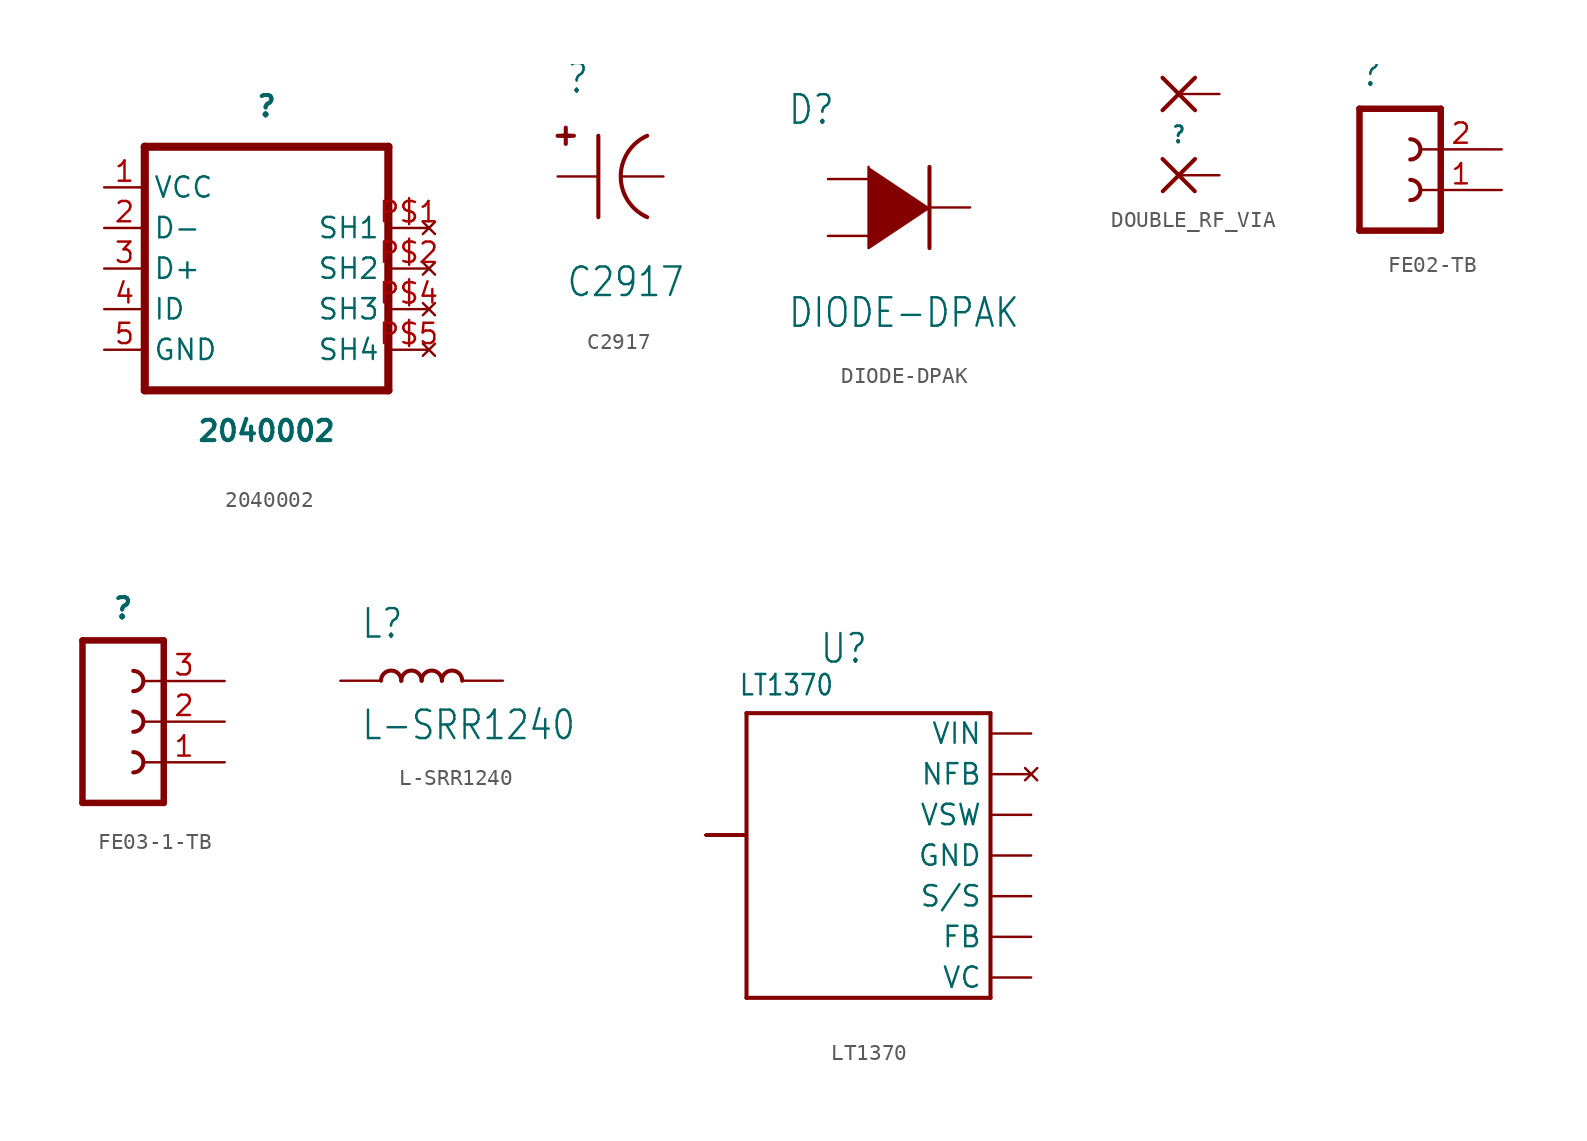
<source format=kicad_sym>
(kicad_symbol_lib
  (version 20211014)
  (generator kicad_symbol_editor)
  (symbol "2040002"
    (property "Reference" ""
      (at 2.54 10.16 0)
      (effects (font (size 1.27 1.27) bold)))
    (property "Value" "2040002"
      (at 2.54 -10.16 0)
      (effects (font (size 1.27 1.27) bold)))
    (property "ki_locked" ""
      (at 0 0 0)
      (effects (font (size 1.27 1.27))))
    (symbol "2040002_1_0"
      (polyline (pts (xy -5.08 -7.62) (xy 10.16 -7.62)) (stroke (width 0.508) (type default) (color 0 0 0 0)) (fill (type none)))
      (polyline (pts (xy -5.08 7.62) (xy -5.08 -7.62)) (stroke (width 0.508) (type default) (color 0 0 0 0)) (fill (type none)))
      (polyline (pts (xy 10.16 -7.62) (xy 10.16 7.62)) (stroke (width 0.508) (type default) (color 0 0 0 0)) (fill (type none)))
      (polyline (pts (xy 10.16 7.62) (xy -5.08 7.62)) (stroke (width 0.508) (type default) (color 0 0 0 0)) (fill (type none)))
      (pin bidirectional line (at -7.62 5.08 0) (length 2.54) (name "VCC" (effects (font (size 1.27 1.27)))) (number "1" (effects (font (size 1.27 1.27)))))
      (pin bidirectional line (at -7.62 2.54 0) (length 2.54) (name "D-" (effects (font (size 1.27 1.27)))) (number "2" (effects (font (size 1.27 1.27)))))
      (pin bidirectional line (at -7.62 0 0) (length 2.54) (name "D+" (effects (font (size 1.27 1.27)))) (number "3" (effects (font (size 1.27 1.27)))))
      (pin bidirectional line (at -7.62 -2.54 0) (length 2.54) (name "ID" (effects (font (size 1.27 1.27)))) (number "4" (effects (font (size 1.27 1.27)))))
      (pin bidirectional line (at -7.62 -5.08 0) (length 2.54) (name "GND" (effects (font (size 1.27 1.27)))) (number "5" (effects (font (size 1.27 1.27)))))
      (pin no_connect line (at 12.7 2.54 180) (length 2.54) (name "SH1" (effects (font (size 1.27 1.27)))) (number "P$1" (effects (font (size 1.27 1.27)))))
      (pin no_connect line (at 12.7 0 180) (length 2.54) (name "SH2" (effects (font (size 1.27 1.27)))) (number "P$2" (effects (font (size 1.27 1.27)))))
      (pin no_connect line (at 12.7 -2.54 180) (length 2.54) (name "SH3" (effects (font (size 1.27 1.27)))) (number "P$4" (effects (font (size 1.27 1.27)))))
      (pin no_connect line (at 12.7 -5.08 180) (length 2.54) (name "SH4" (effects (font (size 1.27 1.27)))) (number "P$5" (effects (font (size 1.27 1.27)))))))
  (symbol "C2917"
    (property "Reference" ""
      (at -2.54 5.08 0)
      (effects (font (size 1.778 1.511)) (justify left bottom)))
    (property "Value" "C2917"
      (at -2.54 -7.62 0)
      (effects (font (size 1.778 1.511)) (justify left bottom)))
    (property "ki_locked" ""
      (at 0 0 0)
      (effects (font (size 1.27 1.27))))
    (symbol "C2917_1_0"
      (polyline (pts (xy -2.794 2.54) (xy -2.032 2.54)) (stroke (width 0.254) (type default) (color 0 0 0 0)) (fill (type none)))
      (polyline (pts (xy -2.54 2.032) (xy -2.54 2.54)) (stroke (width 0.254) (type default) (color 0 0 0 0)) (fill (type none)))
      (polyline (pts (xy -2.54 2.54) (xy -3.048 2.54)) (stroke (width 0.254) (type default) (color 0 0 0 0)) (fill (type none)))
      (polyline (pts (xy -2.54 2.54) (xy -2.54 3.048)) (stroke (width 0.254) (type default) (color 0 0 0 0)) (fill (type none)))
      (polyline (pts (xy -2.54 2.54) (xy -2.286 2.54)) (stroke (width 0.254) (type default) (color 0 0 0 0)) (fill (type none)))
      (polyline (pts (xy -0.508 2.54) (xy -0.508 -2.54)) (stroke (width 0.254) (type default) (color 0 0 0 0)) (fill (type none)))
      (arc (start 2.54 2.54) (mid 0.8893 0) (end 2.54 -2.54) (stroke (width 0.254) (type default) (color 0 0 0 0)) (fill (type none)))
      (pin bidirectional line (at -3.048 0 0) (length 2.54) (name "P$1" (effects (font (size 0 0)))) (number "P$1" (effects (font (size 0 0)))))
      (pin bidirectional line (at 3.556 0 180) (length 2.54) (name "P$2" (effects (font (size 0 0)))) (number "P$2" (effects (font (size 0 0)))))))
  (symbol "DIODE-DPAK"
    (property "Reference" "D"
      (at -5.08 5.08 0)
      (effects (font (size 1.778 1.511)) (justify left bottom)))
    (property "Value" "DIODE-DPAK"
      (at -5.08 -7.62 0)
      (effects (font (size 1.778 1.511)) (justify left bottom)))
    (property "ki_locked" ""
      (at 0 0 0)
      (effects (font (size 1.27 1.27))))
    (symbol "DIODE-DPAK_1_0"
      (polyline (pts (xy 3.81 2.54) (xy 3.81 -2.54)) (stroke (width 0.254) (type default) (color 0 0 0 0)) (fill (type none)))
      (polyline (pts (xy 0 2.54) (xy 0 -2.54) (xy 3.81 0)) (stroke (width 0) (type default) (color 0 0 0 0)) (fill (type outline)))
      (pin bidirectional line (at -2.54 1.778 0) (length 2.54) (name "P$1" (effects (font (size 0 0)))) (number "P$1" (effects (font (size 0 0)))))
      (pin bidirectional line (at -2.54 -1.778 0) (length 2.54) (name "P$3" (effects (font (size 0 0)))) (number "P$3" (effects (font (size 0 0)))))
      (pin bidirectional line (at 6.35 0 180) (length 2.54) (name "P$4" (effects (font (size 0 0)))) (number "P$4" (effects (font (size 0 0)))))))
  (symbol "DOUBLE_RF_VIA"
    (property "Reference" ""
      (at 0 0 0)
      (effects (font (size 1.016 0.864) bold)))
    (property "ki_locked" ""
      (at 0 0 0)
      (effects (font (size 1.27 1.27))))
    (symbol "DOUBLE_RF_VIA_1_0"
      (polyline (pts (xy -1.016 -1.524) (xy 1 -3.54)) (stroke (width 0.254) (type default) (color 0 0 0 0)) (fill (type none)))
      (polyline (pts (xy -1.016 1.524) (xy 1.016 3.556)) (stroke (width 0.254) (type default) (color 0 0 0 0)) (fill (type none)))
      (polyline (pts (xy -1.016 3.556) (xy 1.016 1.524)) (stroke (width 0.254) (type default) (color 0 0 0 0)) (fill (type none)))
      (polyline (pts (xy -1 -3.54) (xy 1.016 -1.524)) (stroke (width 0.254) (type default) (color 0 0 0 0)) (fill (type none)))
      (pin passive line (at 2.54 -2.54 180) (length 2.54) (name "P" (effects (font (size 0 0)))) (number "1" (effects (font (size 0 0)))))
      (pin passive line (at 2.54 2.54 180) (length 2.54) (name "P1" (effects (font (size 0 0)))) (number "2" (effects (font (size 0 0)))))))
  (symbol "FE02-TB"
    (property "Reference" ""
      (at -1.27 3.81 0)
      (effects (font (size 1.778 1.511)) (justify left bottom)))
    (property "ki_locked" ""
      (at 0 0 0)
      (effects (font (size 1.27 1.27))))
    (symbol "FE02-TB_1_0"
      (polyline (pts (xy -1.27 2.54) (xy -1.27 -5.08)) (stroke (width 0.406) (type default) (color 0 0 0 0)) (fill (type none)))
      (polyline (pts (xy -1.27 2.54) (xy 3.81 2.54)) (stroke (width 0.406) (type default) (color 0 0 0 0)) (fill (type none)))
      (polyline (pts (xy 3.81 -5.08) (xy -1.27 -5.08)) (stroke (width 0.406) (type default) (color 0 0 0 0)) (fill (type none)))
      (polyline (pts (xy 3.81 -5.08) (xy 3.81 2.54)) (stroke (width 0.406) (type default) (color 0 0 0 0)) (fill (type none)))
      (arc (start 1.905 -3.175) (mid 2.54 -2.54) (end 1.905 -1.905) (stroke (width 0.254) (type default) (color 0 0 0 0)) (fill (type none)))
      (arc (start 1.905 -0.635) (mid 2.54 0) (end 1.905 0.635) (stroke (width 0.254) (type default) (color 0 0 0 0)) (fill (type none)))
      (pin passive line (at 7.62 -2.54 180) (length 5.08) (name "1" (effects (font (size 0 0)))) (number "1" (effects (font (size 1.27 1.27)))))
      (pin passive line (at 7.62 0 180) (length 5.08) (name "2" (effects (font (size 0 0)))) (number "2" (effects (font (size 1.27 1.27)))))))
  (symbol "FE03-1-TB"
    (property "Reference" ""
      (at -1.27 6.35 0)
      (effects (font (size 1.27 1.27) bold) (justify bottom)))
    (property "ki_locked" ""
      (at 0 0 0)
      (effects (font (size 1.27 1.27))))
    (symbol "FE03-1-TB_1_0"
      (arc (start -0.635 -3.175) (mid 0 -2.54) (end -0.635 -1.905) (stroke (width 0.254) (type default) (color 0 0 0 0)) (fill (type none)))
      (arc (start -0.635 -0.635) (mid 0 0) (end -0.635 0.635) (stroke (width 0.254) (type default) (color 0 0 0 0)) (fill (type none)))
      (arc (start -0.635 1.905) (mid 0 2.54) (end -0.635 3.175) (stroke (width 0.254) (type default) (color 0 0 0 0)) (fill (type none)))
      (polyline (pts (xy -3.81 5.08) (xy -3.81 -5.08)) (stroke (width 0.406) (type default) (color 0 0 0 0)) (fill (type none)))
      (polyline (pts (xy -3.81 5.08) (xy 1.27 5.08)) (stroke (width 0.406) (type default) (color 0 0 0 0)) (fill (type none)))
      (polyline (pts (xy 1.27 -5.08) (xy -3.81 -5.08)) (stroke (width 0.406) (type default) (color 0 0 0 0)) (fill (type none)))
      (polyline (pts (xy 1.27 -5.08) (xy 1.27 5.08)) (stroke (width 0.406) (type default) (color 0 0 0 0)) (fill (type none)))
      (pin passive line (at 5.08 -2.54 180) (length 5.08) (name "1" (effects (font (size 0 0)))) (number "1" (effects (font (size 1.27 1.27)))))
      (pin passive line (at 5.08 0 180) (length 5.08) (name "2" (effects (font (size 0 0)))) (number "2" (effects (font (size 1.27 1.27)))))
      (pin passive line (at 5.08 2.54 180) (length 5.08) (name "3" (effects (font (size 0 0)))) (number "3" (effects (font (size 1.27 1.27)))))))
  (symbol "L-SRR1240"
    (property "Reference" "L"
      (at -3.81 2.54 0)
      (effects (font (size 1.778 1.511)) (justify left bottom)))
    (property "Value" "L-SRR1240"
      (at -3.81 -3.81 0)
      (effects (font (size 1.778 1.511)) (justify left bottom)))
    (property "ki_locked" ""
      (at 0 0 0)
      (effects (font (size 1.27 1.27))))
    (symbol "L-SRR1240_1_0"
      (arc (start -1.27 0) (mid -1.905 0.635) (end -2.54 0) (stroke (width 0.254) (type default) (color 0 0 0 0)) (fill (type none)))
      (arc (start 0 0) (mid -0.635 0.635) (end -1.27 0) (stroke (width 0.254) (type default) (color 0 0 0 0)) (fill (type none)))
      (arc (start 1.27 0) (mid 0.635 0.635) (end 0 0) (stroke (width 0.254) (type default) (color 0 0 0 0)) (fill (type none)))
      (arc (start 2.54 0) (mid 1.905 0.635) (end 1.27 0) (stroke (width 0.254) (type default) (color 0 0 0 0)) (fill (type none)))
      (pin bidirectional line (at -5.08 0 0) (length 2.54) (name "P$1" (effects (font (size 0 0)))) (number "1" (effects (font (size 0 0)))))
      (pin bidirectional line (at 5.08 0 180) (length 2.54) (name "P$2" (effects (font (size 0 0)))) (number "2" (effects (font (size 0 0)))))))
  (symbol "LT1370"
    (property "Reference" "U"
      (at 0 12.7 0)
      (effects (font (size 1.778 1.511)) (justify right top)))
    (property "Value" "LT1370"
      (at -8.128 8.636 0)
      (effects (font (size 1.27 1.079)) (justify left bottom)))
    (property "ki_locked" ""
      (at 0 0 0)
      (effects (font (size 1.27 1.27))))
    (symbol "LT1370_1_0"
      (polyline (pts (xy -7.62 -10.16) (xy 7.62 -10.16)) (stroke (width 0.254) (type default) (color 0 0 0 0)) (fill (type none)))
      (polyline (pts (xy -7.62 7.62) (xy -7.62 -10.16)) (stroke (width 0.254) (type default) (color 0 0 0 0)) (fill (type none)))
      (polyline (pts (xy 7.62 -10.16) (xy 7.62 7.62)) (stroke (width 0.254) (type default) (color 0 0 0 0)) (fill (type none)))
      (polyline (pts (xy 7.62 7.62) (xy -7.62 7.62)) (stroke (width 0.254) (type default) (color 0 0 0 0)) (fill (type none)))
      (pin bidirectional line (at 10.16 -8.89 180) (length 2.54) (name "VC" (effects (font (size 1.27 1.27)))) (number "P$1" (effects (font (size 0 0)))))
      (pin power_in line (at -10.16 0 0) (length 2.54) (name "GNDT" (effects (font (size 0 0)))) (number "P$10" (effects (font (size 0 0)))))
      (pin power_in line (at -10.16 0 0) (length 2.54) (name "GNDT" (effects (font (size 0 0)))) (number "P$11" (effects (font (size 0 0)))))
      (pin power_in line (at -10.16 0 0) (length 2.54) (name "GNDT" (effects (font (size 0 0)))) (number "P$12" (effects (font (size 0 0)))))
      (pin power_in line (at -10.16 0 0) (length 2.54) (name "GNDT" (effects (font (size 0 0)))) (number "P$13" (effects (font (size 0 0)))))
      (pin power_in line (at -10.16 0 0) (length 2.54) (name "GNDT" (effects (font (size 0 0)))) (number "P$14" (effects (font (size 0 0)))))
      (pin power_in line (at -10.16 0 0) (length 2.54) (name "GNDT" (effects (font (size 0 0)))) (number "P$15" (effects (font (size 0 0)))))
      (pin power_in line (at -10.16 0 0) (length 2.54) (name "GNDT" (effects (font (size 0 0)))) (number "P$16" (effects (font (size 0 0)))))
      (pin power_in line (at -10.16 0 0) (length 2.54) (name "GNDT" (effects (font (size 0 0)))) (number "P$17" (effects (font (size 0 0)))))
      (pin power_in line (at -10.16 0 0) (length 2.54) (name "GNDT" (effects (font (size 0 0)))) (number "P$18" (effects (font (size 0 0)))))
      (pin power_in line (at -10.16 0 0) (length 2.54) (name "GNDT" (effects (font (size 0 0)))) (number "P$19" (effects (font (size 0 0)))))
      (pin bidirectional line (at 10.16 -6.35 180) (length 2.54) (name "FB" (effects (font (size 1.27 1.27)))) (number "P$2" (effects (font (size 0 0)))))
      (pin power_in line (at -10.16 0 0) (length 2.54) (name "GNDT" (effects (font (size 0 0)))) (number "P$20" (effects (font (size 0 0)))))
      (pin power_in line (at -10.16 0 0) (length 2.54) (name "GNDT" (effects (font (size 0 0)))) (number "P$21" (effects (font (size 0 0)))))
      (pin power_in line (at -10.16 0 0) (length 2.54) (name "GNDT" (effects (font (size 0 0)))) (number "P$22" (effects (font (size 0 0)))))
      (pin power_in line (at -10.16 0 0) (length 2.54) (name "GNDT" (effects (font (size 0 0)))) (number "P$23" (effects (font (size 0 0)))))
      (pin power_in line (at -10.16 0 0) (length 2.54) (name "GNDT" (effects (font (size 0 0)))) (number "P$24" (effects (font (size 0 0)))))
      (pin power_in line (at -10.16 0 0) (length 2.54) (name "GNDT" (effects (font (size 0 0)))) (number "P$25" (effects (font (size 0 0)))))
      (pin power_in line (at -10.16 0 0) (length 2.54) (name "GNDT" (effects (font (size 0 0)))) (number "P$26" (effects (font (size 0 0)))))
      (pin power_in line (at -10.16 0 0) (length 2.54) (name "GNDT" (effects (font (size 0 0)))) (number "P$27" (effects (font (size 0 0)))))
      (pin power_in line (at -10.16 0 0) (length 2.54) (name "GNDT" (effects (font (size 0 0)))) (number "P$28" (effects (font (size 0 0)))))
      (pin power_in line (at -10.16 0 0) (length 2.54) (name "GNDT" (effects (font (size 0 0)))) (number "P$29" (effects (font (size 0 0)))))
      (pin bidirectional line (at 10.16 -3.81 180) (length 2.54) (name "S/S" (effects (font (size 1.27 1.27)))) (number "P$3" (effects (font (size 0 0)))))
      (pin power_in line (at -10.16 0 0) (length 2.54) (name "GNDT" (effects (font (size 0 0)))) (number "P$30" (effects (font (size 0 0)))))
      (pin power_in line (at -10.16 0 0) (length 2.54) (name "GNDT" (effects (font (size 0 0)))) (number "P$31" (effects (font (size 0 0)))))
      (pin power_in line (at -10.16 0 0) (length 2.54) (name "GNDT" (effects (font (size 0 0)))) (number "P$32" (effects (font (size 0 0)))))
      (pin power_in line (at -10.16 0 0) (length 2.54) (name "GNDT" (effects (font (size 0 0)))) (number "P$33" (effects (font (size 0 0)))))
      (pin power_in line (at -10.16 0 0) (length 2.54) (name "GNDT" (effects (font (size 0 0)))) (number "P$34" (effects (font (size 0 0)))))
      (pin power_in line (at -10.16 0 0) (length 2.54) (name "GNDT" (effects (font (size 0 0)))) (number "P$35" (effects (font (size 0 0)))))
      (pin power_in line (at -10.16 0 0) (length 2.54) (name "GNDT" (effects (font (size 0 0)))) (number "P$36" (effects (font (size 0 0)))))
      (pin power_in line (at -10.16 0 0) (length 2.54) (name "GNDT" (effects (font (size 0 0)))) (number "P$37" (effects (font (size 0 0)))))
      (pin power_in line (at -10.16 0 0) (length 2.54) (name "GNDT" (effects (font (size 0 0)))) (number "P$38" (effects (font (size 0 0)))))
      (pin power_in line (at -10.16 0 0) (length 2.54) (name "GNDT" (effects (font (size 0 0)))) (number "P$39" (effects (font (size 0 0)))))
      (pin power_in line (at 10.16 -1.27 180) (length 2.54) (name "GND" (effects (font (size 1.27 1.27)))) (number "P$4" (effects (font (size 0 0)))))
      (pin power_in line (at -10.16 0 0) (length 2.54) (name "GNDT" (effects (font (size 0 0)))) (number "P$40" (effects (font (size 0 0)))))
      (pin power_in line (at -10.16 0 0) (length 2.54) (name "GNDT" (effects (font (size 0 0)))) (number "P$41" (effects (font (size 0 0)))))
      (pin power_in line (at -10.16 0 0) (length 2.54) (name "GNDT" (effects (font (size 0 0)))) (number "P$42" (effects (font (size 0 0)))))
      (pin power_in line (at -10.16 0 0) (length 2.54) (name "GNDT" (effects (font (size 0 0)))) (number "P$43" (effects (font (size 0 0)))))
      (pin power_in line (at -10.16 0 0) (length 2.54) (name "GNDT" (effects (font (size 0 0)))) (number "P$44" (effects (font (size 0 0)))))
      (pin power_in line (at -10.16 0 0) (length 2.54) (name "GNDT" (effects (font (size 0 0)))) (number "P$45" (effects (font (size 0 0)))))
      (pin power_in line (at -10.16 0 0) (length 2.54) (name "GNDT" (effects (font (size 0 0)))) (number "P$46" (effects (font (size 0 0)))))
      (pin power_in line (at -10.16 0 0) (length 2.54) (name "GNDT" (effects (font (size 0 0)))) (number "P$47" (effects (font (size 0 0)))))
      (pin power_in line (at -10.16 0 0) (length 2.54) (name "GNDT" (effects (font (size 0 0)))) (number "P$48" (effects (font (size 0 0)))))
      (pin power_in line (at -10.16 0 0) (length 2.54) (name "GNDT" (effects (font (size 0 0)))) (number "P$49" (effects (font (size 0 0)))))
      (pin bidirectional line (at 10.16 1.27 180) (length 2.54) (name "VSW" (effects (font (size 1.27 1.27)))) (number "P$5" (effects (font (size 0 0)))))
      (pin power_in line (at -10.16 0 0) (length 2.54) (name "GNDT" (effects (font (size 0 0)))) (number "P$50" (effects (font (size 0 0)))))
      (pin power_in line (at -10.16 0 0) (length 2.54) (name "GNDT" (effects (font (size 0 0)))) (number "P$51" (effects (font (size 0 0)))))
      (pin power_in line (at -10.16 0 0) (length 2.54) (name "GNDT" (effects (font (size 0 0)))) (number "P$52" (effects (font (size 0 0)))))
      (pin power_in line (at -10.16 0 0) (length 2.54) (name "GNDT" (effects (font (size 0 0)))) (number "P$53" (effects (font (size 0 0)))))
      (pin power_in line (at -10.16 0 0) (length 2.54) (name "GNDT" (effects (font (size 0 0)))) (number "P$54" (effects (font (size 0 0)))))
      (pin power_in line (at -10.16 0 0) (length 2.54) (name "GNDT" (effects (font (size 0 0)))) (number "P$55" (effects (font (size 0 0)))))
      (pin power_in line (at -10.16 0 0) (length 2.54) (name "GNDT" (effects (font (size 0 0)))) (number "P$56" (effects (font (size 0 0)))))
      (pin power_in line (at -10.16 0 0) (length 2.54) (name "GNDT" (effects (font (size 0 0)))) (number "P$57" (effects (font (size 0 0)))))
      (pin power_in line (at -10.16 0 0) (length 2.54) (name "GNDT" (effects (font (size 0 0)))) (number "P$58" (effects (font (size 0 0)))))
      (pin power_in line (at -10.16 0 0) (length 2.54) (name "GNDT" (effects (font (size 0 0)))) (number "P$59" (effects (font (size 0 0)))))
      (pin no_connect line (at 10.16 3.81 180) (length 2.54) (name "NFB" (effects (font (size 1.27 1.27)))) (number "P$6" (effects (font (size 0 0)))))
      (pin power_in line (at -10.16 0 0) (length 2.54) (name "GNDT" (effects (font (size 0 0)))) (number "P$60" (effects (font (size 0 0)))))
      (pin power_in line (at -10.16 0 0) (length 2.54) (name "GNDT" (effects (font (size 0 0)))) (number "P$61" (effects (font (size 0 0)))))
      (pin power_in line (at -10.16 0 0) (length 2.54) (name "GNDT" (effects (font (size 0 0)))) (number "P$62" (effects (font (size 0 0)))))
      (pin power_in line (at -10.16 0 0) (length 2.54) (name "GNDT" (effects (font (size 0 0)))) (number "P$63" (effects (font (size 0 0)))))
      (pin power_in line (at -10.16 0 0) (length 2.54) (name "GNDT" (effects (font (size 0 0)))) (number "P$64" (effects (font (size 0 0)))))
      (pin power_in line (at -10.16 0 0) (length 2.54) (name "GNDT" (effects (font (size 0 0)))) (number "P$65" (effects (font (size 0 0)))))
      (pin power_in line (at -10.16 0 0) (length 2.54) (name "GNDT" (effects (font (size 0 0)))) (number "P$66" (effects (font (size 0 0)))))
      (pin power_in line (at -10.16 0 0) (length 2.54) (name "GNDT" (effects (font (size 0 0)))) (number "P$67" (effects (font (size 0 0)))))
      (pin power_in line (at -10.16 0 0) (length 2.54) (name "GNDT" (effects (font (size 0 0)))) (number "P$68" (effects (font (size 0 0)))))
      (pin power_in line (at -10.16 0 0) (length 2.54) (name "GNDT" (effects (font (size 0 0)))) (number "P$69" (effects (font (size 0 0)))))
      (pin power_in line (at 10.16 6.35 180) (length 2.54) (name "VIN" (effects (font (size 1.27 1.27)))) (number "P$7" (effects (font (size 0 0)))))
      (pin power_in line (at -10.16 0 0) (length 2.54) (name "GNDT" (effects (font (size 0 0)))) (number "P$70" (effects (font (size 0 0)))))
      (pin power_in line (at -10.16 0 0) (length 2.54) (name "GNDT" (effects (font (size 0 0)))) (number "P$71" (effects (font (size 0 0)))))
      (pin power_in line (at -10.16 0 0) (length 2.54) (name "GNDT" (effects (font (size 0 0)))) (number "P$72" (effects (font (size 0 0)))))
      (pin power_in line (at -10.16 0 0) (length 2.54) (name "GNDT" (effects (font (size 0 0)))) (number "P$73" (effects (font (size 0 0)))))
      (pin power_in line (at -10.16 0 0) (length 2.54) (name "GNDT" (effects (font (size 0 0)))) (number "P$75" (effects (font (size 0 0)))))
      (pin power_in line (at -10.16 0 0) (length 2.54) (name "GNDT" (effects (font (size 0 0)))) (number "P$76" (effects (font (size 0 0)))))
      (pin power_in line (at -10.16 0 0) (length 2.54) (name "GNDT" (effects (font (size 0 0)))) (number "P$77" (effects (font (size 0 0)))))
      (pin power_in line (at -10.16 0 0) (length 2.54) (name "GNDT" (effects (font (size 0 0)))) (number "P$78" (effects (font (size 0 0)))))
      (pin power_in line (at -10.16 0 0) (length 2.54) (name "GNDT" (effects (font (size 0 0)))) (number "P$79" (effects (font (size 0 0)))))
      (pin power_in line (at -10.16 0 0) (length 2.54) (name "GNDT" (effects (font (size 0 0)))) (number "P$8" (effects (font (size 0 0)))))
      (pin power_in line (at -10.16 0 0) (length 2.54) (name "GNDT" (effects (font (size 0 0)))) (number "P$80" (effects (font (size 0 0)))))
      (pin power_in line (at -10.16 0 0) (length 2.54) (name "GNDT" (effects (font (size 0 0)))) (number "P$9" (effects (font (size 0 0))))))))
</source>
